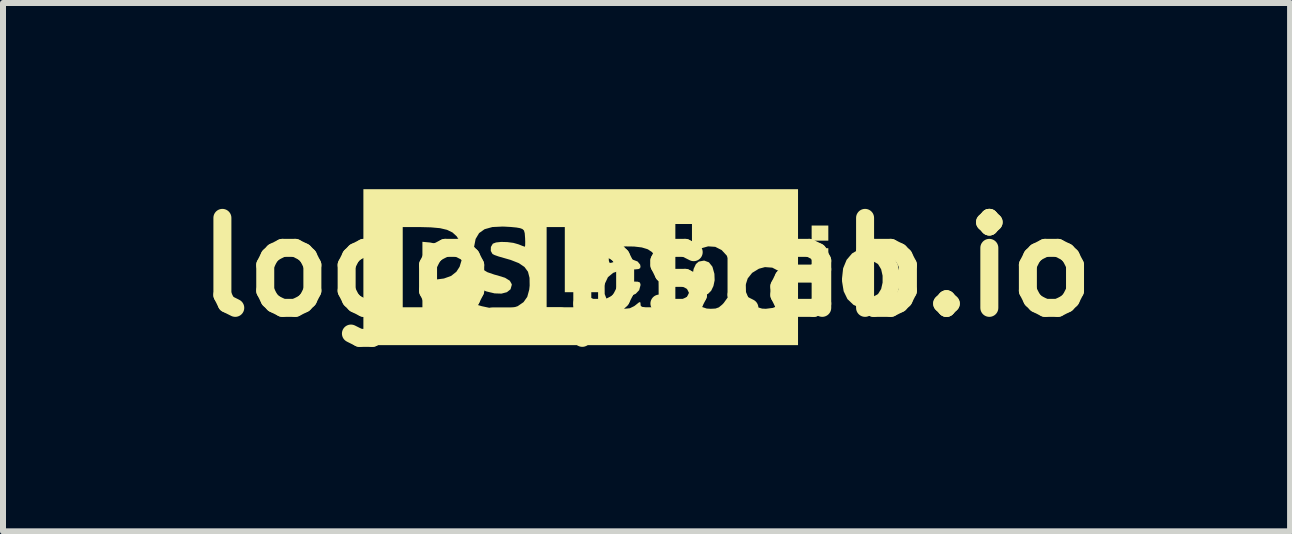
<source format=kicad_pcb>
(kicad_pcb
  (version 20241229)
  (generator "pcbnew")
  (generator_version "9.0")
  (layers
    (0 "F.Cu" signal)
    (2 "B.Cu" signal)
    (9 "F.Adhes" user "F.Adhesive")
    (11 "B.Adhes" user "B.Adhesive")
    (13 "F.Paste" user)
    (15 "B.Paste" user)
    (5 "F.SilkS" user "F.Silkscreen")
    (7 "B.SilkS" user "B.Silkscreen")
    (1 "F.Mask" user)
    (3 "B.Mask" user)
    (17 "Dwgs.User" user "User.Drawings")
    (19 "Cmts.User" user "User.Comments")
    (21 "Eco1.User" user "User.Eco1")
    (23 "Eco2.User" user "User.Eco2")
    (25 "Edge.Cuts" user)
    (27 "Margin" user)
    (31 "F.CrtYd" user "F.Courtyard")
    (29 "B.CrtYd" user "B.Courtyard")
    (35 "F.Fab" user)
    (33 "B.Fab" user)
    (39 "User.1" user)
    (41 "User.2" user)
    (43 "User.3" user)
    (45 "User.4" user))
  (footprint "logo_pslab.io"
    (layer "F.Cu")
    (at 7.729 1.404)
    (property "Reference" "logo_pslab.io" (at 0 0 0) (layer "F.SilkS") (effects (font (size 1.5 1.5) (thickness 0.3))))
    (attr board_only exclude_from_pos_files exclude_from_bom)
    (fp_poly (pts (xy 3.03 -0.568) (xy 3.03 -0.442) (xy 2.891 -0.442) (xy 2.752 -0.442) (xy 2.752 -0.568) (xy 2.752 -0.694) (xy 2.891 -0.694) (xy 3.03 -0.694)) (stroke (width 0) (type solid)) (fill yes) (layer "F.SilkS"))
    (fp_poly (pts (xy 3.03 0.189) (xy 3.03 0.694) (xy 2.891 0.694) (xy 2.752 0.694) (xy 2.752 0.189) (xy 2.752 -0.316) (xy 2.891 -0.316) (xy 3.03 -0.316)) (stroke (width 0) (type solid)) (fill yes) (layer "F.SilkS"))
    (fp_poly (pts (xy -3.609 -0.411) (xy -3.5 -0.389) (xy -3.433 -0.346) (xy -3.402 -0.275) (xy -3.398 -0.224) (xy -3.418 -0.132) (xy -3.478 -0.07) (xy -3.576 -0.041) (xy -3.626 -0.038) (xy -3.737 -0.038) (xy -3.737 -0.23) (xy -3.737 -0.423)) (stroke (width 0) (type solid)) (fill yes) (layer "F.SilkS"))
    (fp_poly (pts (xy -0.149 0.242) (xy -0.113 0.254) (xy -0.102 0.281) (xy -0.101 0.3) (xy -0.123 0.383) (xy -0.181 0.444) (xy -0.259 0.476) (xy -0.344 0.467) (xy -0.347 0.466) (xy -0.393 0.428) (xy -0.404 0.372) (xy -0.392 0.301) (xy -0.351 0.26) (xy -0.273 0.242) (xy -0.222 0.24)) (stroke (width 0) (type solid)) (fill yes) (layer "F.SilkS"))
    (fp_poly (pts (xy 1.039 -0.081) (xy 1.096 -0.01) (xy 1.1 0.000087) (xy 1.131 0.111) (xy 1.135 0.218) (xy 1.115 0.314) (xy 1.077 0.393) (xy 1.024 0.446) (xy 0.961 0.469) (xy 0.892 0.452) (xy 0.839 0.41) (xy 0.793 0.333) (xy 0.769 0.234) (xy 0.767 0.128) (xy 0.785 0.028) (xy 0.823 -0.052) (xy 0.87 -0.093) (xy 0.96 -0.11)) (stroke (width 0) (type solid)) (fill yes) (layer "F.SilkS"))
    (fp_poly (pts (xy 3.861 -0.314) (xy 3.863 -0.313) (xy 4.007 -0.261) (xy 4.114 -0.174) (xy 4.185 -0.052) (xy 4.22 0.104) (xy 4.223 0.188) (xy 4.207 0.359) (xy 4.16 0.492) (xy 4.08 0.594) (xy 3.987 0.657) (xy 3.893 0.689) (xy 3.775 0.705) (xy 3.658 0.704) (xy 3.586 0.691) (xy 3.449 0.628) (xy 3.349 0.532) (xy 3.286 0.402) (xy 3.259 0.238) (xy 3.258 0.191) (xy 3.259 0.182) (xy 3.543 0.182) (xy 3.556 0.289) (xy 3.591 0.38) (xy 3.643 0.448) (xy 3.707 0.488) (xy 3.778 0.492) (xy 3.85 0.454) (xy 3.862 0.443) (xy 3.911 0.363) (xy 3.935 0.257) (xy 3.935 0.143) (xy 3.911 0.036) (xy 3.863 -0.045) (xy 3.851 -0.057) (xy 3.768 -0.103) (xy 3.689 -0.102) (xy 3.621 -0.056) (xy 3.57 0.032) (xy 3.559 0.067) (xy 3.543 0.182) (xy 3.259 0.182) (xy 3.277 0.019) (xy 3.335 -0.122) (xy 3.426 -0.229) (xy 3.546 -0.299) (xy 3.693 -0.328)) (stroke (width 0) (type solid)) (fill yes) (layer "F.SilkS"))
    (fp_poly (pts (xy 2.525 0) (xy 2.525 1.3) (xy -1.098 1.3) (xy -4.721 1.3) (xy -4.721 0) (xy -4.065 0) (xy -4.065 0.669) (xy -3.901 0.669) (xy -3.737 0.669) (xy -3.737 0.445) (xy -3.737 0.321) (xy -2.878 0.321) (xy -2.878 0.467) (xy -2.878 0.612) (xy -2.746 0.651) (xy -2.619 0.678) (xy -2.479 0.691) (xy -2.341 0.69) (xy -2.223 0.675) (xy -2.148 0.65) (xy -2.051 0.583) (xy -1.989 0.495) (xy -1.956 0.375) (xy -1.949 0.307) (xy -1.951 0.178) (xy -1.977 0.076) (xy -2.033 0) (xy -1.666 0) (xy -1.666 0.669) (xy -1.237 0.669) (xy -0.808 0.669) (xy -0.808 0.543) (xy -0.808 0.417) (xy -1.086 0.417) (xy -1.363 0.417) (xy -1.363 0.311) (xy -0.699 0.311) (xy -0.698 0.448) (xy -0.655 0.56) (xy -0.575 0.64) (xy -0.462 0.686) (xy -0.374 0.694) (xy -0.279 0.685) (xy -0.205 0.649) (xy -0.179 0.629) (xy -0.129 0.589) (xy -0.107 0.581) (xy -0.101 0.602) (xy -0.101 0.616) (xy -0.096 0.646) (xy -0.073 0.662) (xy -0.021 0.668) (xy 0.05 0.669) (xy 0.202 0.669) (xy 0.201 0.309) (xy 0.198 0.125) (xy 0.188 -0.016) (xy 0.186 -0.025) (xy 0.48 -0.025) (xy 0.48 0.669) (xy 0.619 0.669) (xy 0.698 0.668) (xy 0.739 0.659) (xy 0.755 0.637) (xy 0.758 0.6) (xy 0.762 0.554) (xy 0.776 0.553) (xy 0.79 0.569) (xy 0.883 0.65) (xy 1.003 0.69) (xy 1.07 0.694) (xy 1.149 0.69) (xy 1.205 0.67) (xy 1.26 0.625) (xy 1.286 0.598) (xy 1.368 0.483) (xy 1.418 0.348) (xy 1.425 0.298) (xy 1.651 0.298) (xy 1.657 0.414) (xy 1.705 0.528) (xy 1.782 0.617) (xy 1.854 0.669) (xy 1.926 0.691) (xy 1.989 0.694) (xy 2.106 0.679) (xy 2.189 0.645) (xy 2.28 0.563) (xy 2.333 0.458) (xy 2.347 0.342) (xy 2.324 0.225) (xy 2.262 0.119) (xy 2.207 0.066) (xy 2.096 0.008) (xy 1.974 -0.001) (xy 1.873 0.026) (xy 1.76 0.095) (xy 1.686 0.188) (xy 1.651 0.298) (xy 1.425 0.298) (xy 1.439 0.204) (xy 1.431 0.06) (xy 1.396 -0.076) (xy 1.336 -0.194) (xy 1.252 -0.285) (xy 1.145 -0.339) (xy 1.144 -0.339) (xy 1.027 -0.347) (xy 0.906 -0.313) (xy 0.823 -0.263) (xy 0.757 -0.211) (xy 0.757 -0.465) (xy 0.757 -0.72) (xy 0.619 -0.72) (xy 0.48 -0.72) (xy 0.48 -0.025) (xy 0.186 -0.025) (xy 0.167 -0.121) (xy 0.135 -0.197) (xy 0.089 -0.253) (xy 0.027 -0.294) (xy 0.013 -0.301) (xy -0.08 -0.329) (xy -0.207 -0.344) (xy -0.35 -0.346) (xy -0.494 -0.334) (xy -0.524 -0.329) (xy -0.631 -0.311) (xy -0.631 -0.184) (xy -0.629 -0.11) (xy -0.619 -0.075) (xy -0.598 -0.071) (xy -0.59 -0.073) (xy -0.454 -0.114) (xy -0.33 -0.131) (xy -0.226 -0.124) (xy -0.149 -0.094) (xy -0.107 -0.043) (xy -0.101 -0.01) (xy -0.107 0.016) (xy -0.132 0.031) (xy -0.188 0.037) (xy -0.266 0.038) (xy -0.432 0.052) (xy -0.557 0.095) (xy -0.644 0.167) (xy -0.692 0.269) (xy -0.699 0.311) (xy -1.363 0.311) (xy -1.363 -0.126) (xy -1.363 -0.669) (xy -1.515 -0.669) (xy -1.666 -0.669) (xy -1.666 0) (xy -2.033 0) (xy -2.035 -0.003) (xy -2.129 -0.067) (xy -2.264 -0.12) (xy -2.375 -0.152) (xy -2.463 -0.177) (xy -2.534 -0.202) (xy -2.569 -0.22) (xy -2.597 -0.271) (xy -2.595 -0.337) (xy -2.564 -0.39) (xy -2.562 -0.392) (xy -2.509 -0.412) (xy -2.423 -0.421) (xy -2.321 -0.418) (xy -2.22 -0.405) (xy -2.136 -0.381) (xy -2.133 -0.38) (xy -2.071 -0.355) (xy -2.033 -0.342) (xy -2.028 -0.341) (xy -2.024 -0.364) (xy -2.023 -0.423) (xy -2.025 -0.484) (xy -2.031 -0.566) (xy -2.044 -0.612) (xy -2.07 -0.636) (xy -2.108 -0.65) (xy -2.169 -0.661) (xy -2.262 -0.67) (xy -2.371 -0.676) (xy -2.399 -0.677) (xy -2.57 -0.669) (xy -2.7 -0.633) (xy -2.792 -0.568) (xy -2.85 -0.47) (xy -2.876 -0.337) (xy -2.878 -0.273) (xy -2.875 -0.178) (xy -2.86 -0.113) (xy -2.829 -0.059) (xy -2.812 -0.039) (xy -2.74 0.032) (xy -2.653 0.084) (xy -2.537 0.124) (xy -2.487 0.137) (xy -2.359 0.177) (xy -2.28 0.226) (xy -2.248 0.283) (xy -2.247 0.295) (xy -2.268 0.369) (xy -2.328 0.417) (xy -2.419 0.441) (xy -2.534 0.437) (xy -2.668 0.405) (xy -2.733 0.381) (xy -2.878 0.321) (xy -3.737 0.321) (xy -3.737 0.221) (xy -3.539 0.21) (xy -3.378 0.189) (xy -3.258 0.146) (xy -3.171 0.077) (xy -3.117 -0.006) (xy -3.085 -0.112) (xy -3.075 -0.236) (xy -3.086 -0.354) (xy -3.112 -0.43) (xy -3.166 -0.515) (xy -3.235 -0.578) (xy -3.325 -0.622) (xy -3.443 -0.65) (xy -3.598 -0.664) (xy -3.756 -0.668) (xy -4.065 -0.669) (xy -4.065 0) (xy -4.721 0) (xy -4.721 -1.3) (xy -1.098 -1.3) (xy 2.525 -1.3)) (stroke (width 0) (type solid)) (fill yes) (layer "F.SilkS")))
  (gr_rect
    (start -3 -3)
    (end 18.457 5.808)
    (stroke (width 0.1) (type default))
    (fill no)
    (layer "Edge.Cuts")))
</source>
